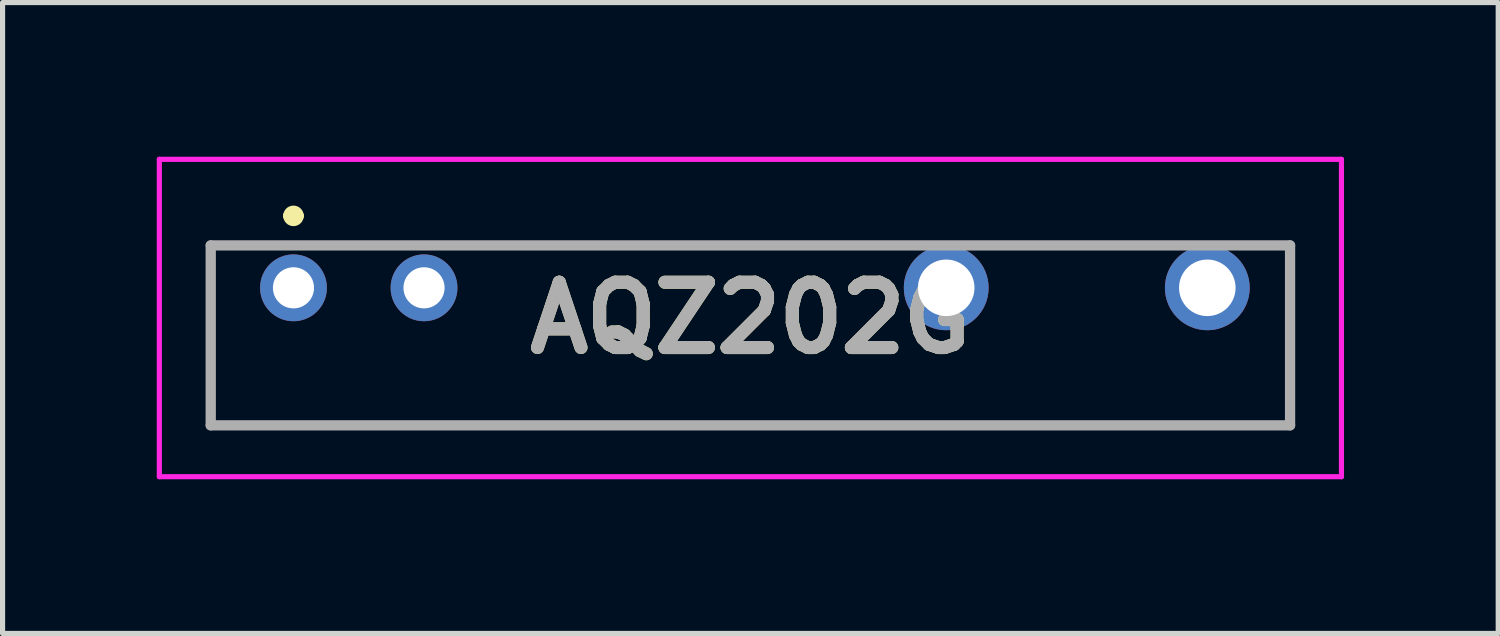
<source format=kicad_pcb>
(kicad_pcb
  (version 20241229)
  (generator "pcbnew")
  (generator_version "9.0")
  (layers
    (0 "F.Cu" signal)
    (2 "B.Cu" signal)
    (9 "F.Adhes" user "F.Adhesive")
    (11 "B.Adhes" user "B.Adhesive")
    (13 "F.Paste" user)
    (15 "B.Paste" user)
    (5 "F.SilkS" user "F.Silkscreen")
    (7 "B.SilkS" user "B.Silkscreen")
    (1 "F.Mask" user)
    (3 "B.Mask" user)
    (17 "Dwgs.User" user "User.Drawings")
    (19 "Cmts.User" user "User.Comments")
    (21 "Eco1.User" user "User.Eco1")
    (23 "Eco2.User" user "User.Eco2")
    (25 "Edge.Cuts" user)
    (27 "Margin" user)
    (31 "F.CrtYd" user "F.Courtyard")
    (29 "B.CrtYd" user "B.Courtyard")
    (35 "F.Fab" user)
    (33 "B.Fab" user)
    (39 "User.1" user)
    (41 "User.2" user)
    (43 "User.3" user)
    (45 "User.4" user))
  (footprint "AQZ202G"
    (layer "F.Cu")
    (at 2.66 2.55)
    (property "Reference" "AQZ202G" (at 8.89 0.587 0) (layer "F.SilkS") (effects (font (size 1.27 1.27) (thickness 0.254))))
    (attr through_hole)
    (fp_line (start -1.61 -0.825) (end -1.61 2.675) (stroke (width 0.1) (type solid)) (layer "F.SilkS"))
    (fp_line (start -1.61 2.675) (end 19.39 2.675) (stroke (width 0.1) (type solid)) (layer "F.SilkS"))
    (fp_line (start -0.1 -1.4) (end -0.1 -1.4) (stroke (width 0.2) (type solid)) (layer "F.SilkS"))
    (fp_line (start 0.1 -1.4) (end 0.1 -1.4) (stroke (width 0.2) (type solid)) (layer "F.SilkS"))
    (fp_line (start 11.43 -0.825) (end -1.61 -0.825) (stroke (width 0.1) (type solid)) (layer "F.SilkS"))
    (fp_line (start 19.39 2.675) (end 19.39 -0.825) (stroke (width 0.1) (type solid)) (layer "F.SilkS"))
    (fp_arc (start -0.1 -1.4) (mid 0 -1.5) (end 0.1 -1.4) (stroke (width 0.2) (type solid)) (layer "F.SilkS"))
    (fp_arc (start 0.1 -1.4) (mid 0 -1.3) (end -0.1 -1.4) (stroke (width 0.2) (type solid)) (layer "F.SilkS"))
    (fp_line (start -2.61 -2.5) (end 20.39 -2.5) (stroke (width 0.1) (type solid)) (layer "F.CrtYd"))
    (fp_line (start -2.61 3.675) (end -2.61 -2.5) (stroke (width 0.1) (type solid)) (layer "F.CrtYd"))
    (fp_line (start 20.39 -2.5) (end 20.39 3.675) (stroke (width 0.1) (type solid)) (layer "F.CrtYd"))
    (fp_line (start 20.39 3.675) (end -2.61 3.675) (stroke (width 0.1) (type solid)) (layer "F.CrtYd"))
    (fp_line (start -1.61 -0.825) (end 19.39 -0.825) (stroke (width 0.2) (type solid)) (layer "F.Fab"))
    (fp_line (start -1.61 2.675) (end -1.61 -0.825) (stroke (width 0.2) (type solid)) (layer "F.Fab"))
    (fp_line (start 19.39 -0.825) (end 19.39 2.675) (stroke (width 0.2) (type solid)) (layer "F.Fab"))
    (fp_line (start 19.39 2.675) (end -1.61 2.675) (stroke (width 0.2) (type solid)) (layer "F.Fab"))
    (fp_text user "${REFERENCE}" (at 8.89 0.587 0) (layer "F.Fab") (effects (font (size 1.27 1.27) (thickness 0.254))))
    (pad "1" thru_hole circle (at 0 0) (size 1.3 1.3) (drill 0.8) (layers "*.Cu" "*.Mask"))
    (pad "2" thru_hole circle (at 2.54 0) (size 1.3 1.3) (drill 0.8) (layers "*.Cu" "*.Mask"))
    (pad "3" thru_hole circle (at 12.7 0) (size 1.65 1.65) (drill 1.1) (layers "*.Cu" "*.Mask"))
    (pad "4" thru_hole circle (at 17.78 0) (size 1.65 1.65) (drill 1.1) (layers "*.Cu" "*.Mask")))
  (gr_rect
    (start -3 -3)
    (end 26.1 9.275)
    (stroke (width 0.1) (type default))
    (fill no)
    (layer "Edge.Cuts")))
</source>
